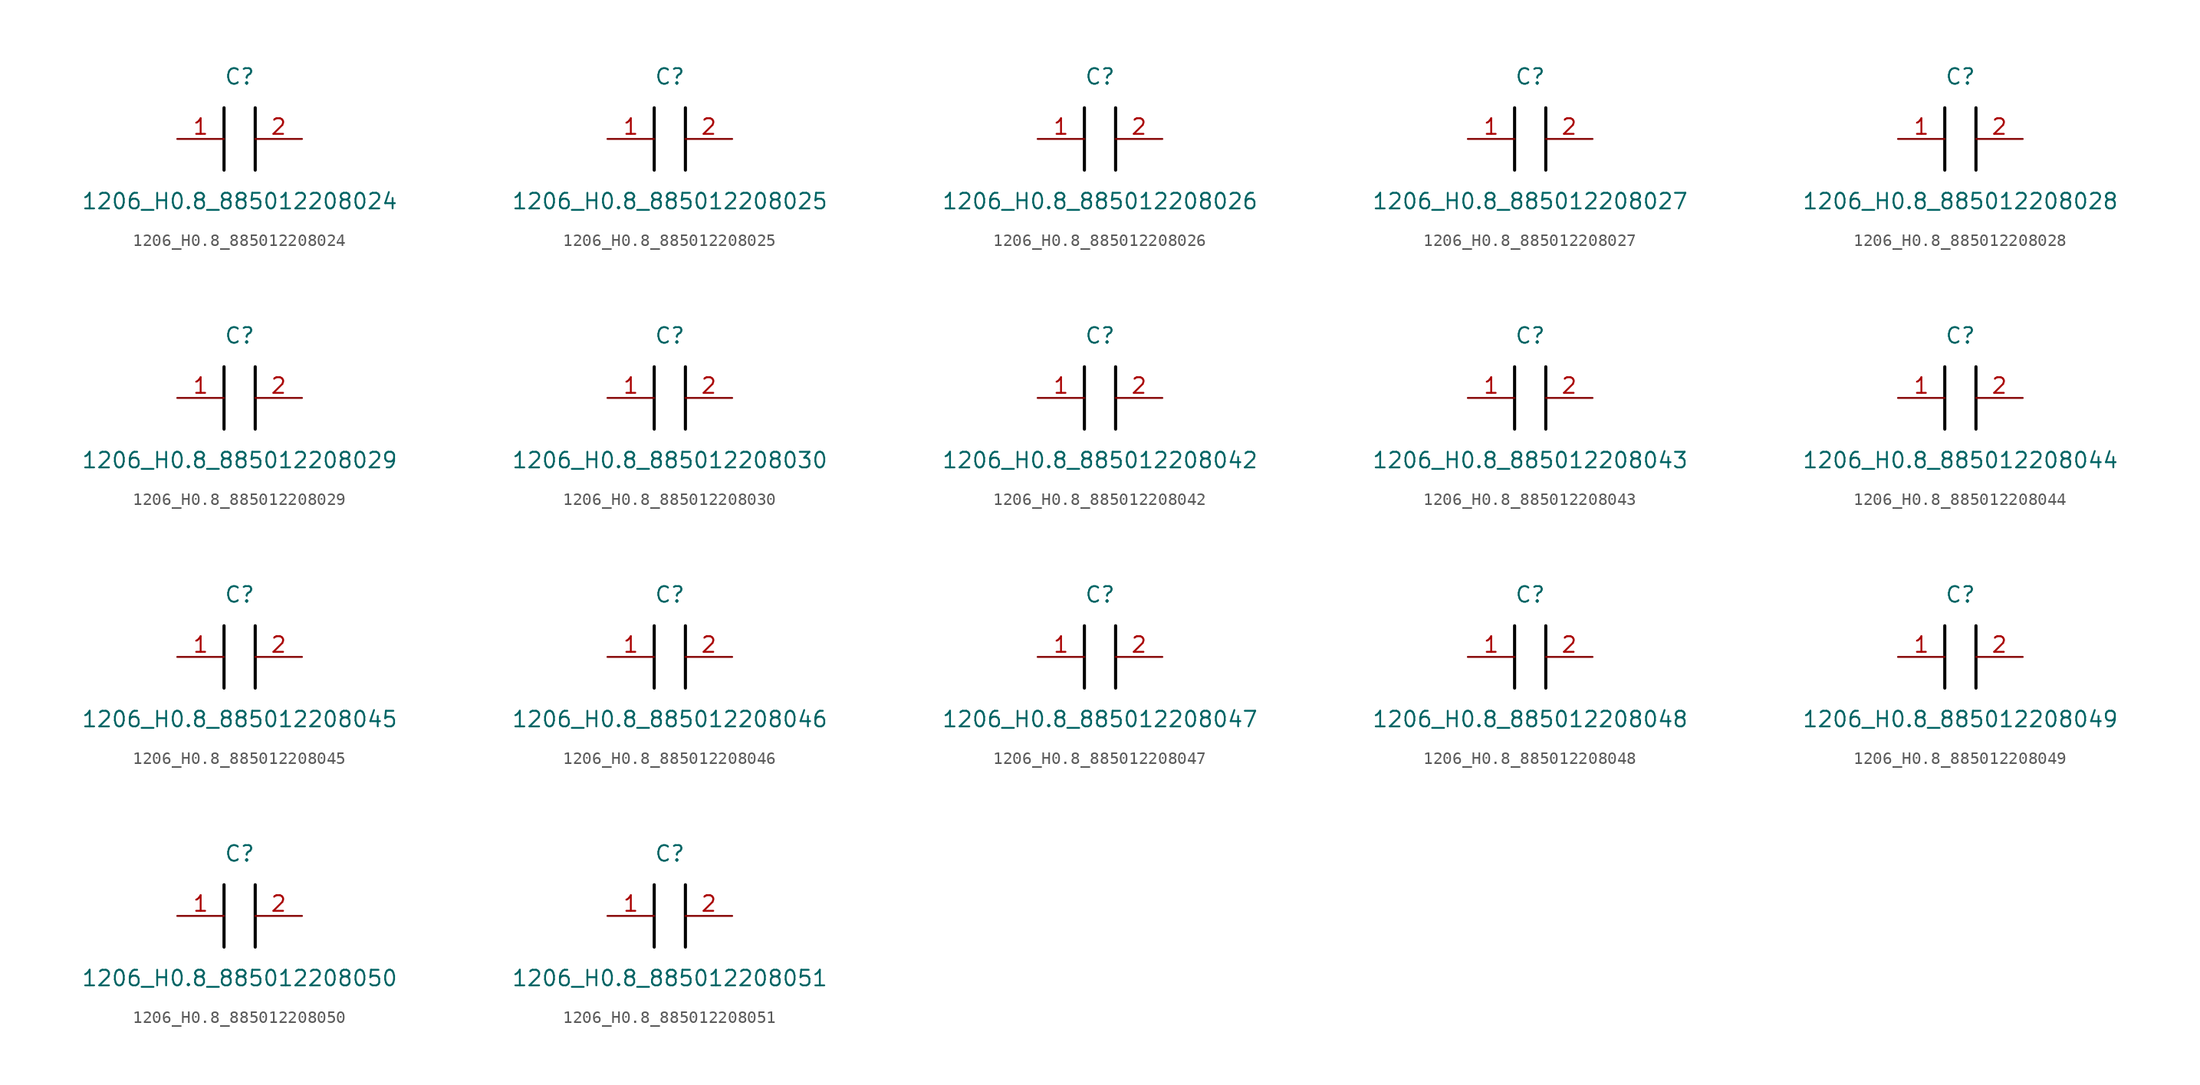
<source format=kicad_sym>
(kicad_symbol_lib
  (version 20220914)
  (generator kicad_symbol_editor)
  (symbol "1206_H0.8_885012208024"
    (pin_names hide)
    (property "Reference" "C"
      (at 0 5.08 0)
      (effects (font (size 1.27 1.27))))
    (property "Value" "1206_H0.8_885012208024"
      (at 0 -5.08 0)
      (effects (font (size 1.27 1.27))))
    (symbol "1206_H0.8_885012208024_1_1"
      (polyline (pts (xy -1.27 2.54) (xy -1.27 -2.54)) (stroke (width 0.254) (type default) (color 0 0 0 1)) (fill (type none)))
      (polyline (pts (xy 1.27 2.54) (xy 1.27 -2.54)) (stroke (width 0.254) (type default) (color 0 0 0 1)) (fill (type none)))
      (pin passive line (at -5.08 0 0) (length 3.81) (name "1" (effects (font (size 1.27 1.27)))) (number "1" (effects (font (size 1.27 1.27)))))
      (pin passive line (at 5.08 0 180) (length 3.81) (name "2" (effects (font (size 1.27 1.27)))) (number "2" (effects (font (size 1.27 1.27)))))))
  (symbol "1206_H0.8_885012208025"
    (pin_names hide)
    (property "Reference" "C"
      (at 0 5.08 0)
      (effects (font (size 1.27 1.27))))
    (property "Value" "1206_H0.8_885012208025"
      (at 0 -5.08 0)
      (effects (font (size 1.27 1.27))))
    (symbol "1206_H0.8_885012208025_1_1"
      (polyline (pts (xy -1.27 2.54) (xy -1.27 -2.54)) (stroke (width 0.254) (type default) (color 0 0 0 1)) (fill (type none)))
      (polyline (pts (xy 1.27 2.54) (xy 1.27 -2.54)) (stroke (width 0.254) (type default) (color 0 0 0 1)) (fill (type none)))
      (pin passive line (at -5.08 0 0) (length 3.81) (name "1" (effects (font (size 1.27 1.27)))) (number "1" (effects (font (size 1.27 1.27)))))
      (pin passive line (at 5.08 0 180) (length 3.81) (name "2" (effects (font (size 1.27 1.27)))) (number "2" (effects (font (size 1.27 1.27)))))))
  (symbol "1206_H0.8_885012208026"
    (pin_names hide)
    (property "Reference" "C"
      (at 0 5.08 0)
      (effects (font (size 1.27 1.27))))
    (property "Value" "1206_H0.8_885012208026"
      (at 0 -5.08 0)
      (effects (font (size 1.27 1.27))))
    (symbol "1206_H0.8_885012208026_1_1"
      (polyline (pts (xy -1.27 2.54) (xy -1.27 -2.54)) (stroke (width 0.254) (type default) (color 0 0 0 1)) (fill (type none)))
      (polyline (pts (xy 1.27 2.54) (xy 1.27 -2.54)) (stroke (width 0.254) (type default) (color 0 0 0 1)) (fill (type none)))
      (pin passive line (at -5.08 0 0) (length 3.81) (name "1" (effects (font (size 1.27 1.27)))) (number "1" (effects (font (size 1.27 1.27)))))
      (pin passive line (at 5.08 0 180) (length 3.81) (name "2" (effects (font (size 1.27 1.27)))) (number "2" (effects (font (size 1.27 1.27)))))))
  (symbol "1206_H0.8_885012208027"
    (pin_names hide)
    (property "Reference" "C"
      (at 0 5.08 0)
      (effects (font (size 1.27 1.27))))
    (property "Value" "1206_H0.8_885012208027"
      (at 0 -5.08 0)
      (effects (font (size 1.27 1.27))))
    (symbol "1206_H0.8_885012208027_1_1"
      (polyline (pts (xy -1.27 2.54) (xy -1.27 -2.54)) (stroke (width 0.254) (type default) (color 0 0 0 1)) (fill (type none)))
      (polyline (pts (xy 1.27 2.54) (xy 1.27 -2.54)) (stroke (width 0.254) (type default) (color 0 0 0 1)) (fill (type none)))
      (pin passive line (at -5.08 0 0) (length 3.81) (name "1" (effects (font (size 1.27 1.27)))) (number "1" (effects (font (size 1.27 1.27)))))
      (pin passive line (at 5.08 0 180) (length 3.81) (name "2" (effects (font (size 1.27 1.27)))) (number "2" (effects (font (size 1.27 1.27)))))))
  (symbol "1206_H0.8_885012208028"
    (pin_names hide)
    (property "Reference" "C"
      (at 0 5.08 0)
      (effects (font (size 1.27 1.27))))
    (property "Value" "1206_H0.8_885012208028"
      (at 0 -5.08 0)
      (effects (font (size 1.27 1.27))))
    (symbol "1206_H0.8_885012208028_1_1"
      (polyline (pts (xy -1.27 2.54) (xy -1.27 -2.54)) (stroke (width 0.254) (type default) (color 0 0 0 1)) (fill (type none)))
      (polyline (pts (xy 1.27 2.54) (xy 1.27 -2.54)) (stroke (width 0.254) (type default) (color 0 0 0 1)) (fill (type none)))
      (pin passive line (at -5.08 0 0) (length 3.81) (name "1" (effects (font (size 1.27 1.27)))) (number "1" (effects (font (size 1.27 1.27)))))
      (pin passive line (at 5.08 0 180) (length 3.81) (name "2" (effects (font (size 1.27 1.27)))) (number "2" (effects (font (size 1.27 1.27)))))))
  (symbol "1206_H0.8_885012208029"
    (pin_names hide)
    (property "Reference" "C"
      (at 0 5.08 0)
      (effects (font (size 1.27 1.27))))
    (property "Value" "1206_H0.8_885012208029"
      (at 0 -5.08 0)
      (effects (font (size 1.27 1.27))))
    (symbol "1206_H0.8_885012208029_1_1"
      (polyline (pts (xy -1.27 2.54) (xy -1.27 -2.54)) (stroke (width 0.254) (type default) (color 0 0 0 1)) (fill (type none)))
      (polyline (pts (xy 1.27 2.54) (xy 1.27 -2.54)) (stroke (width 0.254) (type default) (color 0 0 0 1)) (fill (type none)))
      (pin passive line (at -5.08 0 0) (length 3.81) (name "1" (effects (font (size 1.27 1.27)))) (number "1" (effects (font (size 1.27 1.27)))))
      (pin passive line (at 5.08 0 180) (length 3.81) (name "2" (effects (font (size 1.27 1.27)))) (number "2" (effects (font (size 1.27 1.27)))))))
  (symbol "1206_H0.8_885012208030"
    (pin_names hide)
    (property "Reference" "C"
      (at 0 5.08 0)
      (effects (font (size 1.27 1.27))))
    (property "Value" "1206_H0.8_885012208030"
      (at 0 -5.08 0)
      (effects (font (size 1.27 1.27))))
    (symbol "1206_H0.8_885012208030_1_1"
      (polyline (pts (xy -1.27 2.54) (xy -1.27 -2.54)) (stroke (width 0.254) (type default) (color 0 0 0 1)) (fill (type none)))
      (polyline (pts (xy 1.27 2.54) (xy 1.27 -2.54)) (stroke (width 0.254) (type default) (color 0 0 0 1)) (fill (type none)))
      (pin passive line (at -5.08 0 0) (length 3.81) (name "1" (effects (font (size 1.27 1.27)))) (number "1" (effects (font (size 1.27 1.27)))))
      (pin passive line (at 5.08 0 180) (length 3.81) (name "2" (effects (font (size 1.27 1.27)))) (number "2" (effects (font (size 1.27 1.27)))))))
  (symbol "1206_H0.8_885012208042"
    (pin_names hide)
    (property "Reference" "C"
      (at 0 5.08 0)
      (effects (font (size 1.27 1.27))))
    (property "Value" "1206_H0.8_885012208042"
      (at 0 -5.08 0)
      (effects (font (size 1.27 1.27))))
    (symbol "1206_H0.8_885012208042_1_1"
      (polyline (pts (xy -1.27 2.54) (xy -1.27 -2.54)) (stroke (width 0.254) (type default) (color 0 0 0 1)) (fill (type none)))
      (polyline (pts (xy 1.27 2.54) (xy 1.27 -2.54)) (stroke (width 0.254) (type default) (color 0 0 0 1)) (fill (type none)))
      (pin passive line (at -5.08 0 0) (length 3.81) (name "1" (effects (font (size 1.27 1.27)))) (number "1" (effects (font (size 1.27 1.27)))))
      (pin passive line (at 5.08 0 180) (length 3.81) (name "2" (effects (font (size 1.27 1.27)))) (number "2" (effects (font (size 1.27 1.27)))))))
  (symbol "1206_H0.8_885012208043"
    (pin_names hide)
    (property "Reference" "C"
      (at 0 5.08 0)
      (effects (font (size 1.27 1.27))))
    (property "Value" "1206_H0.8_885012208043"
      (at 0 -5.08 0)
      (effects (font (size 1.27 1.27))))
    (symbol "1206_H0.8_885012208043_1_1"
      (polyline (pts (xy -1.27 2.54) (xy -1.27 -2.54)) (stroke (width 0.254) (type default) (color 0 0 0 1)) (fill (type none)))
      (polyline (pts (xy 1.27 2.54) (xy 1.27 -2.54)) (stroke (width 0.254) (type default) (color 0 0 0 1)) (fill (type none)))
      (pin passive line (at -5.08 0 0) (length 3.81) (name "1" (effects (font (size 1.27 1.27)))) (number "1" (effects (font (size 1.27 1.27)))))
      (pin passive line (at 5.08 0 180) (length 3.81) (name "2" (effects (font (size 1.27 1.27)))) (number "2" (effects (font (size 1.27 1.27)))))))
  (symbol "1206_H0.8_885012208044"
    (pin_names hide)
    (property "Reference" "C"
      (at 0 5.08 0)
      (effects (font (size 1.27 1.27))))
    (property "Value" "1206_H0.8_885012208044"
      (at 0 -5.08 0)
      (effects (font (size 1.27 1.27))))
    (symbol "1206_H0.8_885012208044_1_1"
      (polyline (pts (xy -1.27 2.54) (xy -1.27 -2.54)) (stroke (width 0.254) (type default) (color 0 0 0 1)) (fill (type none)))
      (polyline (pts (xy 1.27 2.54) (xy 1.27 -2.54)) (stroke (width 0.254) (type default) (color 0 0 0 1)) (fill (type none)))
      (pin passive line (at -5.08 0 0) (length 3.81) (name "1" (effects (font (size 1.27 1.27)))) (number "1" (effects (font (size 1.27 1.27)))))
      (pin passive line (at 5.08 0 180) (length 3.81) (name "2" (effects (font (size 1.27 1.27)))) (number "2" (effects (font (size 1.27 1.27)))))))
  (symbol "1206_H0.8_885012208045"
    (pin_names hide)
    (property "Reference" "C"
      (at 0 5.08 0)
      (effects (font (size 1.27 1.27))))
    (property "Value" "1206_H0.8_885012208045"
      (at 0 -5.08 0)
      (effects (font (size 1.27 1.27))))
    (symbol "1206_H0.8_885012208045_1_1"
      (polyline (pts (xy -1.27 2.54) (xy -1.27 -2.54)) (stroke (width 0.254) (type default) (color 0 0 0 1)) (fill (type none)))
      (polyline (pts (xy 1.27 2.54) (xy 1.27 -2.54)) (stroke (width 0.254) (type default) (color 0 0 0 1)) (fill (type none)))
      (pin passive line (at -5.08 0 0) (length 3.81) (name "1" (effects (font (size 1.27 1.27)))) (number "1" (effects (font (size 1.27 1.27)))))
      (pin passive line (at 5.08 0 180) (length 3.81) (name "2" (effects (font (size 1.27 1.27)))) (number "2" (effects (font (size 1.27 1.27)))))))
  (symbol "1206_H0.8_885012208046"
    (pin_names hide)
    (property "Reference" "C"
      (at 0 5.08 0)
      (effects (font (size 1.27 1.27))))
    (property "Value" "1206_H0.8_885012208046"
      (at 0 -5.08 0)
      (effects (font (size 1.27 1.27))))
    (symbol "1206_H0.8_885012208046_1_1"
      (polyline (pts (xy -1.27 2.54) (xy -1.27 -2.54)) (stroke (width 0.254) (type default) (color 0 0 0 1)) (fill (type none)))
      (polyline (pts (xy 1.27 2.54) (xy 1.27 -2.54)) (stroke (width 0.254) (type default) (color 0 0 0 1)) (fill (type none)))
      (pin passive line (at -5.08 0 0) (length 3.81) (name "1" (effects (font (size 1.27 1.27)))) (number "1" (effects (font (size 1.27 1.27)))))
      (pin passive line (at 5.08 0 180) (length 3.81) (name "2" (effects (font (size 1.27 1.27)))) (number "2" (effects (font (size 1.27 1.27)))))))
  (symbol "1206_H0.8_885012208047"
    (pin_names hide)
    (property "Reference" "C"
      (at 0 5.08 0)
      (effects (font (size 1.27 1.27))))
    (property "Value" "1206_H0.8_885012208047"
      (at 0 -5.08 0)
      (effects (font (size 1.27 1.27))))
    (symbol "1206_H0.8_885012208047_1_1"
      (polyline (pts (xy -1.27 2.54) (xy -1.27 -2.54)) (stroke (width 0.254) (type default) (color 0 0 0 1)) (fill (type none)))
      (polyline (pts (xy 1.27 2.54) (xy 1.27 -2.54)) (stroke (width 0.254) (type default) (color 0 0 0 1)) (fill (type none)))
      (pin passive line (at -5.08 0 0) (length 3.81) (name "1" (effects (font (size 1.27 1.27)))) (number "1" (effects (font (size 1.27 1.27)))))
      (pin passive line (at 5.08 0 180) (length 3.81) (name "2" (effects (font (size 1.27 1.27)))) (number "2" (effects (font (size 1.27 1.27)))))))
  (symbol "1206_H0.8_885012208048"
    (pin_names hide)
    (property "Reference" "C"
      (at 0 5.08 0)
      (effects (font (size 1.27 1.27))))
    (property "Value" "1206_H0.8_885012208048"
      (at 0 -5.08 0)
      (effects (font (size 1.27 1.27))))
    (symbol "1206_H0.8_885012208048_1_1"
      (polyline (pts (xy -1.27 2.54) (xy -1.27 -2.54)) (stroke (width 0.254) (type default) (color 0 0 0 1)) (fill (type none)))
      (polyline (pts (xy 1.27 2.54) (xy 1.27 -2.54)) (stroke (width 0.254) (type default) (color 0 0 0 1)) (fill (type none)))
      (pin passive line (at -5.08 0 0) (length 3.81) (name "1" (effects (font (size 1.27 1.27)))) (number "1" (effects (font (size 1.27 1.27)))))
      (pin passive line (at 5.08 0 180) (length 3.81) (name "2" (effects (font (size 1.27 1.27)))) (number "2" (effects (font (size 1.27 1.27)))))))
  (symbol "1206_H0.8_885012208049"
    (pin_names hide)
    (property "Reference" "C"
      (at 0 5.08 0)
      (effects (font (size 1.27 1.27))))
    (property "Value" "1206_H0.8_885012208049"
      (at 0 -5.08 0)
      (effects (font (size 1.27 1.27))))
    (symbol "1206_H0.8_885012208049_1_1"
      (polyline (pts (xy -1.27 2.54) (xy -1.27 -2.54)) (stroke (width 0.254) (type default) (color 0 0 0 1)) (fill (type none)))
      (polyline (pts (xy 1.27 2.54) (xy 1.27 -2.54)) (stroke (width 0.254) (type default) (color 0 0 0 1)) (fill (type none)))
      (pin passive line (at -5.08 0 0) (length 3.81) (name "1" (effects (font (size 1.27 1.27)))) (number "1" (effects (font (size 1.27 1.27)))))
      (pin passive line (at 5.08 0 180) (length 3.81) (name "2" (effects (font (size 1.27 1.27)))) (number "2" (effects (font (size 1.27 1.27)))))))
  (symbol "1206_H0.8_885012208050"
    (pin_names hide)
    (property "Reference" "C"
      (at 0 5.08 0)
      (effects (font (size 1.27 1.27))))
    (property "Value" "1206_H0.8_885012208050"
      (at 0 -5.08 0)
      (effects (font (size 1.27 1.27))))
    (symbol "1206_H0.8_885012208050_1_1"
      (polyline (pts (xy -1.27 2.54) (xy -1.27 -2.54)) (stroke (width 0.254) (type default) (color 0 0 0 1)) (fill (type none)))
      (polyline (pts (xy 1.27 2.54) (xy 1.27 -2.54)) (stroke (width 0.254) (type default) (color 0 0 0 1)) (fill (type none)))
      (pin passive line (at -5.08 0 0) (length 3.81) (name "1" (effects (font (size 1.27 1.27)))) (number "1" (effects (font (size 1.27 1.27)))))
      (pin passive line (at 5.08 0 180) (length 3.81) (name "2" (effects (font (size 1.27 1.27)))) (number "2" (effects (font (size 1.27 1.27)))))))
  (symbol "1206_H0.8_885012208051"
    (pin_names hide)
    (property "Reference" "C"
      (at 0 5.08 0)
      (effects (font (size 1.27 1.27))))
    (property "Value" "1206_H0.8_885012208051"
      (at 0 -5.08 0)
      (effects (font (size 1.27 1.27))))
    (symbol "1206_H0.8_885012208051_1_1"
      (polyline (pts (xy -1.27 2.54) (xy -1.27 -2.54)) (stroke (width 0.254) (type default) (color 0 0 0 1)) (fill (type none)))
      (polyline (pts (xy 1.27 2.54) (xy 1.27 -2.54)) (stroke (width 0.254) (type default) (color 0 0 0 1)) (fill (type none)))
      (pin passive line (at -5.08 0 0) (length 3.81) (name "1" (effects (font (size 1.27 1.27)))) (number "1" (effects (font (size 1.27 1.27)))))
      (pin passive line (at 5.08 0 180) (length 3.81) (name "2" (effects (font (size 1.27 1.27)))) (number "2" (effects (font (size 1.27 1.27))))))))
</source>
